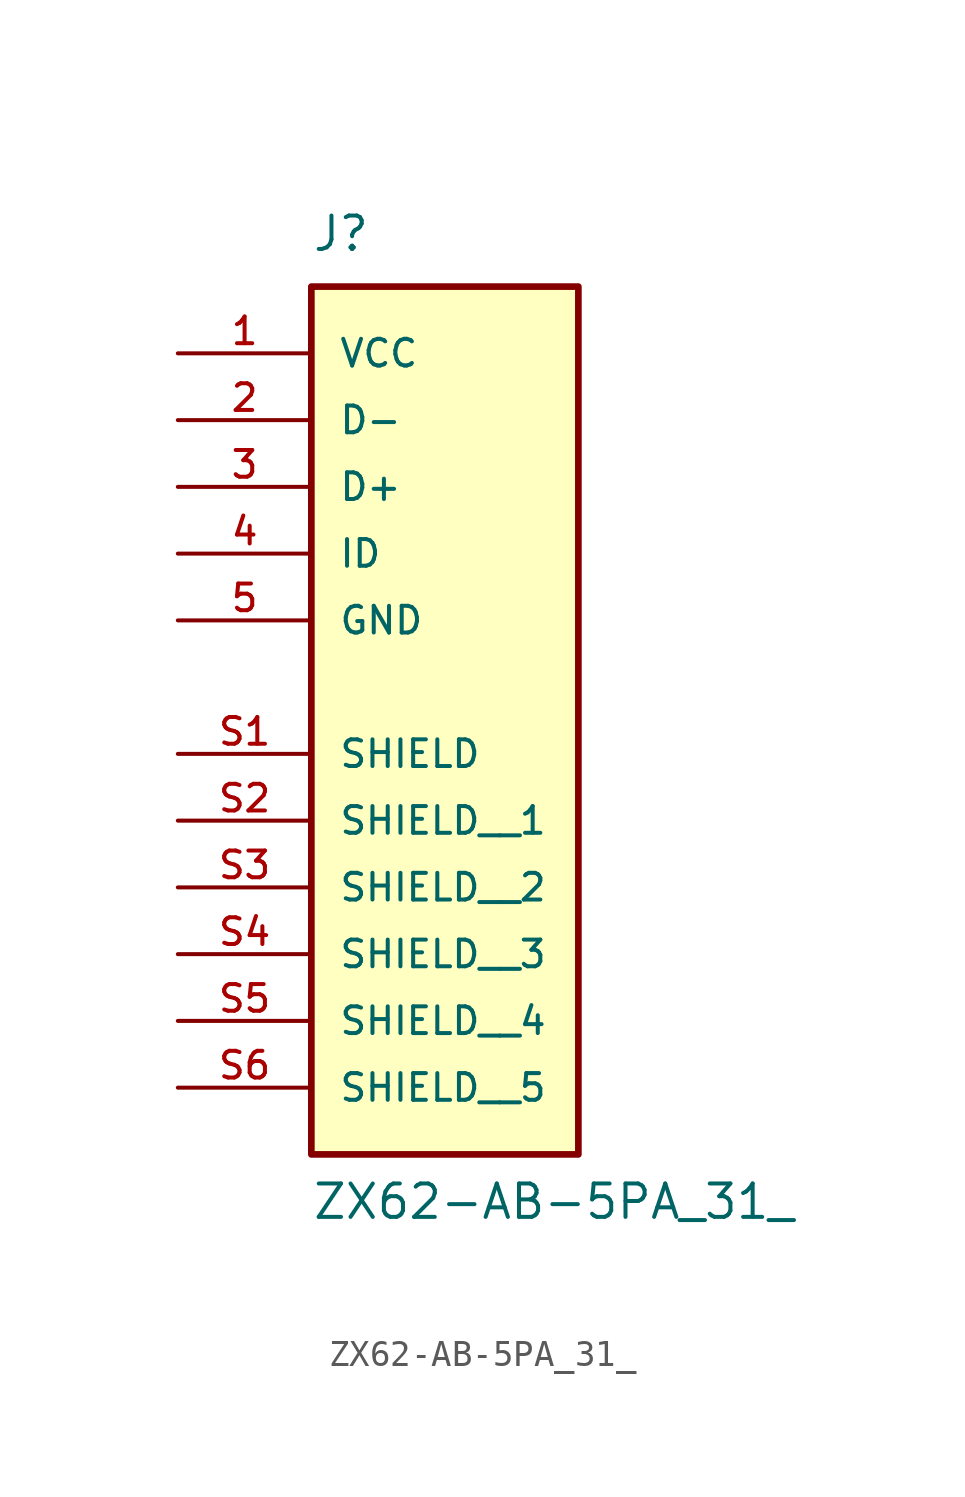
<source format=kicad_sym>
(kicad_symbol_lib
  (version 20231120)
  (generator "kicad_symbol_editor")
  (generator_version "8.0")
  (symbol "ZX62-AB-5PA_31_"
    (pin_names
      (offset 1.016))
    (property "Reference" "J"
      (at -5.08 11.43 0)
      (effects (font (size 1.27 1.27)) (justify left bottom)))
    (property "Value" "ZX62-AB-5PA_31_"
      (at -5.08 -25.4 0)
      (effects (font (size 1.27 1.27)) (justify left bottom)))
    (symbol "ZX62-AB-5PA_31__0_0"
      (rectangle (start -5.08 -22.86) (end 5.08 10.16) (stroke (width 0.254) (type default)) (fill (type background)))
      (pin power_in line (at -10.16 7.62 0) (length 5.08) (name "VCC" (effects (font (size 1.016 1.016)))) (number "1" (effects (font (size 1.016 1.016)))))
      (pin bidirectional line (at -10.16 5.08 0) (length 5.08) (name "D-" (effects (font (size 1.016 1.016)))) (number "2" (effects (font (size 1.016 1.016)))))
      (pin bidirectional line (at -10.16 2.54 0) (length 5.08) (name "D+" (effects (font (size 1.016 1.016)))) (number "3" (effects (font (size 1.016 1.016)))))
      (pin bidirectional line (at -10.16 0 0) (length 5.08) (name "ID" (effects (font (size 1.016 1.016)))) (number "4" (effects (font (size 1.016 1.016)))))
      (pin power_in line (at -10.16 -2.54 0) (length 5.08) (name "GND" (effects (font (size 1.016 1.016)))) (number "5" (effects (font (size 1.016 1.016)))))
      (pin power_in line (at -10.16 -7.62 0) (length 5.08) (name "SHIELD" (effects (font (size 1.016 1.016)))) (number "S1" (effects (font (size 1.016 1.016)))))
      (pin power_in line (at -10.16 -10.16 0) (length 5.08) (name "SHIELD__1" (effects (font (size 1.016 1.016)))) (number "S2" (effects (font (size 1.016 1.016)))))
      (pin power_in line (at -10.16 -12.7 0) (length 5.08) (name "SHIELD__2" (effects (font (size 1.016 1.016)))) (number "S3" (effects (font (size 1.016 1.016)))))
      (pin power_in line (at -10.16 -15.24 0) (length 5.08) (name "SHIELD__3" (effects (font (size 1.016 1.016)))) (number "S4" (effects (font (size 1.016 1.016)))))
      (pin power_in line (at -10.16 -17.78 0) (length 5.08) (name "SHIELD__4" (effects (font (size 1.016 1.016)))) (number "S5" (effects (font (size 1.016 1.016)))))
      (pin power_in line (at -10.16 -20.32 0) (length 5.08) (name "SHIELD__5" (effects (font (size 1.016 1.016)))) (number "S6" (effects (font (size 1.016 1.016))))))))
</source>
